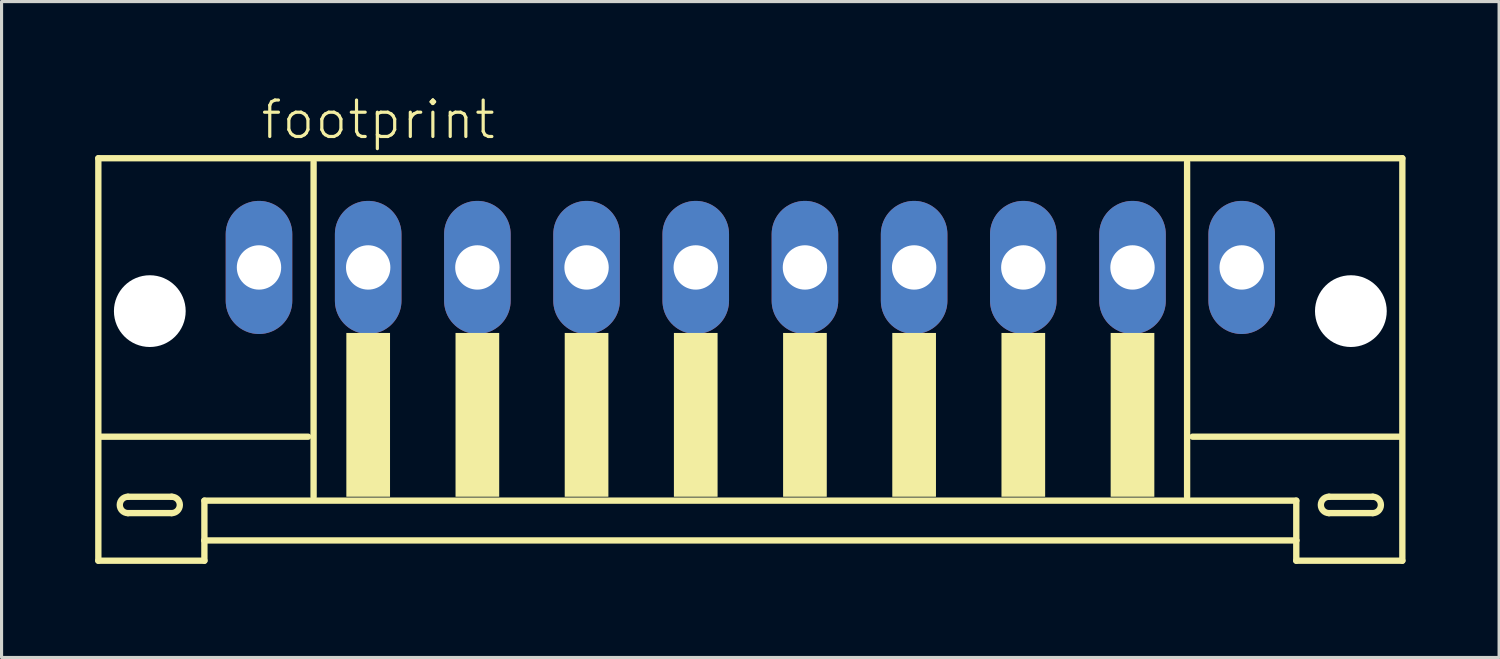
<source format=kicad_pcb>
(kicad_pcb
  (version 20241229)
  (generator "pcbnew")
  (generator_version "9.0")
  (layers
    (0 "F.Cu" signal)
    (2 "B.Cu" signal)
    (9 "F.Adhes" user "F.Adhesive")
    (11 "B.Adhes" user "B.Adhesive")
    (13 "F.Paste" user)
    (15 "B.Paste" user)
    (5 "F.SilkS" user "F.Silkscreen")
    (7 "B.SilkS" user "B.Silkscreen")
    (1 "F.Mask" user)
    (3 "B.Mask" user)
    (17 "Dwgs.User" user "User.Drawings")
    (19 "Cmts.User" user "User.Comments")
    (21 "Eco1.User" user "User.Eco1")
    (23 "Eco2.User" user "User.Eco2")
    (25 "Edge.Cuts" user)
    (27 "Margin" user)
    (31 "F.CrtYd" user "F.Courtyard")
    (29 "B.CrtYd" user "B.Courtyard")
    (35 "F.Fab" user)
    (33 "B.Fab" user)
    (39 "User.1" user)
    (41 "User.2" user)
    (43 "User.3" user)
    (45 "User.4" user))
  (footprint "footprint"
    (layer "F.Cu")
    (at 21.002 7.273)
    (property "Reference" "footprint" (at -15.75 -5.8 0) (layer "F.SilkS") (effects (font (size 1.168 1.168) (thickness 0.102)) (justify left bottom)))
    (fp_line (start -20.9 -5.25) (end -20.9 7.65) (stroke (width 0.203) (type solid)) (layer "F.SilkS"))
    (fp_line (start -20.9 7.65) (end -17.5 7.65) (stroke (width 0.203) (type solid)) (layer "F.SilkS"))
    (fp_line (start -19.95 5.6) (end -18.55 5.6) (stroke (width 0.203) (type solid)) (layer "F.SilkS"))
    (fp_line (start -18.55 6.125) (end -19.95 6.125) (stroke (width 0.203) (type solid)) (layer "F.SilkS"))
    (fp_line (start -17.5 5.725) (end 17.5 5.725) (stroke (width 0.203) (type solid)) (layer "F.SilkS"))
    (fp_line (start -17.5 7) (end -17.5 5.725) (stroke (width 0.203) (type solid)) (layer "F.SilkS"))
    (fp_line (start -17.5 7) (end 17.5 7) (stroke (width 0.203) (type solid)) (layer "F.SilkS"))
    (fp_line (start -17.5 7.65) (end -17.5 7) (stroke (width 0.203) (type solid)) (layer "F.SilkS"))
    (fp_line (start -14.175 3.675) (end -20.825 3.675) (stroke (width 0.203) (type solid)) (layer "F.SilkS"))
    (fp_line (start -14 -5.125) (end -14 5.6) (stroke (width 0.203) (type solid)) (layer "F.SilkS"))
    (fp_line (start 14 5.6) (end 14 -5.125) (stroke (width 0.203) (type solid)) (layer "F.SilkS"))
    (fp_line (start 17.5 5.725) (end 17.5 7) (stroke (width 0.203) (type solid)) (layer "F.SilkS"))
    (fp_line (start 17.5 7) (end 17.5 7.65) (stroke (width 0.203) (type solid)) (layer "F.SilkS"))
    (fp_line (start 17.5 7.65) (end 20.9 7.65) (stroke (width 0.203) (type solid)) (layer "F.SilkS"))
    (fp_line (start 18.55 5.6) (end 19.95 5.6) (stroke (width 0.203) (type solid)) (layer "F.SilkS"))
    (fp_line (start 19.95 6.125) (end 18.55 6.125) (stroke (width 0.203) (type solid)) (layer "F.SilkS"))
    (fp_line (start 20.825 3.675) (end 14.175 3.675) (stroke (width 0.203) (type solid)) (layer "F.SilkS"))
    (fp_line (start 20.9 -5.25) (end -20.9 -5.25) (stroke (width 0.203) (type solid)) (layer "F.SilkS"))
    (fp_line (start 20.9 7.65) (end 20.9 -5.25) (stroke (width 0.203) (type solid)) (layer "F.SilkS"))
    (fp_arc (start -19.95 6.125) (mid -20.2125 5.8625) (end -19.95 5.6) (stroke (width 0.2032) (type solid)) (layer "F.SilkS"))
    (fp_arc (start -18.55 5.6) (mid -18.2875 5.8625) (end -18.55 6.125) (stroke (width 0.2032) (type solid)) (layer "F.SilkS"))
    (fp_arc (start 18.55 6.125) (mid 18.2875 5.8625) (end 18.55 5.6) (stroke (width 0.2032) (type solid)) (layer "F.SilkS"))
    (fp_arc (start 19.95 5.6) (mid 20.2125 5.8625) (end 19.95 6.125) (stroke (width 0.2032) (type solid)) (layer "F.SilkS"))
    (fp_poly (pts (xy -12.95 5.6) (xy -11.55 5.6) (xy -11.55 0.35) (xy -12.95 0.35)) (stroke (width 0) (type solid)) (fill yes) (layer "F.SilkS"))
    (fp_poly (pts (xy -9.45 5.6) (xy -8.05 5.6) (xy -8.05 0.35) (xy -9.45 0.35)) (stroke (width 0) (type solid)) (fill yes) (layer "F.SilkS"))
    (fp_poly (pts (xy -5.95 5.6) (xy -4.55 5.6) (xy -4.55 0.35) (xy -5.95 0.35)) (stroke (width 0) (type solid)) (fill yes) (layer "F.SilkS"))
    (fp_poly (pts (xy -2.45 5.6) (xy -1.05 5.6) (xy -1.05 0.35) (xy -2.45 0.35)) (stroke (width 0) (type solid)) (fill yes) (layer "F.SilkS"))
    (fp_poly (pts (xy 1.05 5.6) (xy 2.45 5.6) (xy 2.45 0.35) (xy 1.05 0.35)) (stroke (width 0) (type solid)) (fill yes) (layer "F.SilkS"))
    (fp_poly (pts (xy 4.55 5.6) (xy 5.95 5.6) (xy 5.95 0.35) (xy 4.55 0.35)) (stroke (width 0) (type solid)) (fill yes) (layer "F.SilkS"))
    (fp_poly (pts (xy 8.05 5.6) (xy 9.45 5.6) (xy 9.45 0.35) (xy 8.05 0.35)) (stroke (width 0) (type solid)) (fill yes) (layer "F.SilkS"))
    (fp_poly (pts (xy 11.55 5.6) (xy 12.95 5.6) (xy 12.95 0.35) (xy 11.55 0.35)) (stroke (width 0) (type solid)) (fill yes) (layer "F.SilkS"))
    (pad "" np_thru_hole circle (at -19.25 -0.35) (size 2.3 2.3) (drill 2.3) (layers "*.Cu" "*.Mask"))
    (pad "" np_thru_hole circle (at 19.25 -0.35) (size 2.3 2.3) (drill 2.3) (layers "*.Cu" "*.Mask"))
    (pad "1" thru_hole oval (at -15.75 -1.75 90) (size 4.267 2.134) (drill 1.422) (layers "*.Cu" "*.Mask"))
    (pad "2" thru_hole oval (at -12.25 -1.75 90) (size 4.267 2.134) (drill 1.422) (layers "*.Cu" "*.Mask"))
    (pad "3" thru_hole oval (at -8.75 -1.75 90) (size 4.267 2.134) (drill 1.422) (layers "*.Cu" "*.Mask"))
    (pad "4" thru_hole oval (at -5.25 -1.75 90) (size 4.267 2.134) (drill 1.422) (layers "*.Cu" "*.Mask"))
    (pad "5" thru_hole oval (at -1.75 -1.75 90) (size 4.267 2.134) (drill 1.422) (layers "*.Cu" "*.Mask"))
    (pad "6" thru_hole oval (at 1.75 -1.75 90) (size 4.267 2.134) (drill 1.422) (layers "*.Cu" "*.Mask"))
    (pad "7" thru_hole oval (at 5.25 -1.75 90) (size 4.267 2.134) (drill 1.422) (layers "*.Cu" "*.Mask"))
    (pad "8" thru_hole oval (at 8.75 -1.75 90) (size 4.267 2.134) (drill 1.422) (layers "*.Cu" "*.Mask"))
    (pad "9" thru_hole oval (at 12.25 -1.75 90) (size 4.267 2.134) (drill 1.422) (layers "*.Cu" "*.Mask"))
    (pad "10" thru_hole oval (at 15.75 -1.75 90) (size 4.267 2.134) (drill 1.422) (layers "*.Cu" "*.Mask")))
  (gr_rect
    (start -3 -3)
    (end 45.003 18.025)
    (stroke (width 0.1) (type default))
    (fill no)
    (layer "Edge.Cuts")))
</source>
